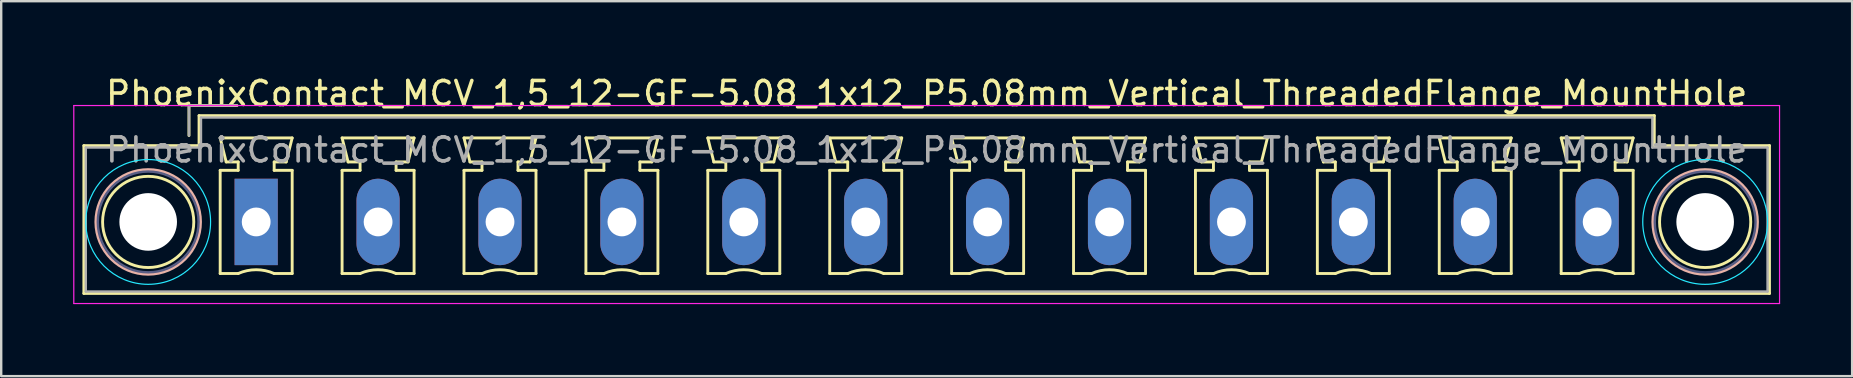
<source format=kicad_pcb>
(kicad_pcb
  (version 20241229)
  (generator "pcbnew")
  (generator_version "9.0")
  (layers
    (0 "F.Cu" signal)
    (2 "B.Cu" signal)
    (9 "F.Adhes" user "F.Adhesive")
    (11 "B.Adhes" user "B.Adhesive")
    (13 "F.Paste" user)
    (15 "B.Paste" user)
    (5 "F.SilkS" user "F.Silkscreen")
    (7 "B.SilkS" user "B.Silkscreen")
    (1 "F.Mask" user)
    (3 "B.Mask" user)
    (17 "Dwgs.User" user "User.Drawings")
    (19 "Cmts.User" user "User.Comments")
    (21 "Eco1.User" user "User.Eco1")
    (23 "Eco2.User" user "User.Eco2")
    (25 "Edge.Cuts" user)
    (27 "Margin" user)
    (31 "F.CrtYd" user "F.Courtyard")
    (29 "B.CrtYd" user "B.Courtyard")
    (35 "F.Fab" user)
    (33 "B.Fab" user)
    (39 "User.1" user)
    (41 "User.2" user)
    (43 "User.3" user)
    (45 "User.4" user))
  (footprint "PhoenixContact_MCV_1,5_12-GF-5.08_1x12_P5.08mm_Vertical_ThreadedFlange_MountHole"
    (layer "F.Cu")
    (at 7.625 6.198)
    (property "Reference" "PhoenixContact_MCV_1,5_12-GF-5.08_1x12_P5.08mm_Vertical_ThreadedFlange_MountHole" (at 27.94 -5.35 0) (layer "F.SilkS") (effects (font (size 1 1) (thickness 0.15))))
    (attr through_hole)
    (fp_line (start -7.18 -3.18) (end -7.18 2.98) (stroke (width 0.12) (type solid)) (layer "F.SilkS"))
    (fp_line (start -7.18 2.98) (end 63.06 2.98) (stroke (width 0.12) (type solid)) (layer "F.SilkS"))
    (fp_line (start -2.8 -4.85) (end -0.8 -4.85) (stroke (width 0.12) (type solid)) (layer "F.SilkS"))
    (fp_line (start -2.8 -3.6) (end -2.8 -4.85) (stroke (width 0.12) (type solid)) (layer "F.SilkS"))
    (fp_line (start -2.38 -4.43) (end -2.38 -3.18) (stroke (width 0.12) (type solid)) (layer "F.SilkS"))
    (fp_line (start -2.38 -3.18) (end -7.18 -3.18) (stroke (width 0.12) (type solid)) (layer "F.SilkS"))
    (fp_line (start -1.5 -3.5) (end 1.5 -3.5) (stroke (width 0.12) (type solid)) (layer "F.SilkS"))
    (fp_line (start -1.5 -2.15) (end -0.75 -2.15) (stroke (width 0.12) (type solid)) (layer "F.SilkS"))
    (fp_line (start -1.5 2.15) (end -1.5 -2.15) (stroke (width 0.12) (type solid)) (layer "F.SilkS"))
    (fp_line (start -1.25 -2.5) (end -1.5 -3.5) (stroke (width 0.12) (type solid)) (layer "F.SilkS"))
    (fp_line (start -0.75 -2.5) (end -1.25 -2.5) (stroke (width 0.12) (type solid)) (layer "F.SilkS"))
    (fp_line (start -0.75 -2.15) (end -0.75 -2.5) (stroke (width 0.12) (type solid)) (layer "F.SilkS"))
    (fp_line (start -0.75 2.15) (end -1.5 2.15) (stroke (width 0.12) (type solid)) (layer "F.SilkS"))
    (fp_line (start 0.75 -2.5) (end 0.75 -2.15) (stroke (width 0.12) (type solid)) (layer "F.SilkS"))
    (fp_line (start 0.75 -2.15) (end 1.5 -2.15) (stroke (width 0.12) (type solid)) (layer "F.SilkS"))
    (fp_line (start 1.25 -2.5) (end 0.75 -2.5) (stroke (width 0.12) (type solid)) (layer "F.SilkS"))
    (fp_line (start 1.5 -3.5) (end 1.25 -2.5) (stroke (width 0.12) (type solid)) (layer "F.SilkS"))
    (fp_line (start 1.5 -2.15) (end 1.5 2.15) (stroke (width 0.12) (type solid)) (layer "F.SilkS"))
    (fp_line (start 1.5 2.15) (end 0.75 2.15) (stroke (width 0.12) (type solid)) (layer "F.SilkS"))
    (fp_line (start 3.58 -3.5) (end 6.58 -3.5) (stroke (width 0.12) (type solid)) (layer "F.SilkS"))
    (fp_line (start 3.58 -2.15) (end 4.33 -2.15) (stroke (width 0.12) (type solid)) (layer "F.SilkS"))
    (fp_line (start 3.58 2.15) (end 3.58 -2.15) (stroke (width 0.12) (type solid)) (layer "F.SilkS"))
    (fp_line (start 3.83 -2.5) (end 3.58 -3.5) (stroke (width 0.12) (type solid)) (layer "F.SilkS"))
    (fp_line (start 4.33 -2.5) (end 3.83 -2.5) (stroke (width 0.12) (type solid)) (layer "F.SilkS"))
    (fp_line (start 4.33 -2.15) (end 4.33 -2.5) (stroke (width 0.12) (type solid)) (layer "F.SilkS"))
    (fp_line (start 4.33 2.15) (end 3.58 2.15) (stroke (width 0.12) (type solid)) (layer "F.SilkS"))
    (fp_line (start 5.83 -2.5) (end 5.83 -2.15) (stroke (width 0.12) (type solid)) (layer "F.SilkS"))
    (fp_line (start 5.83 -2.15) (end 6.58 -2.15) (stroke (width 0.12) (type solid)) (layer "F.SilkS"))
    (fp_line (start 6.33 -2.5) (end 5.83 -2.5) (stroke (width 0.12) (type solid)) (layer "F.SilkS"))
    (fp_line (start 6.58 -3.5) (end 6.33 -2.5) (stroke (width 0.12) (type solid)) (layer "F.SilkS"))
    (fp_line (start 6.58 -2.15) (end 6.58 2.15) (stroke (width 0.12) (type solid)) (layer "F.SilkS"))
    (fp_line (start 6.58 2.15) (end 5.83 2.15) (stroke (width 0.12) (type solid)) (layer "F.SilkS"))
    (fp_line (start 8.66 -3.5) (end 11.66 -3.5) (stroke (width 0.12) (type solid)) (layer "F.SilkS"))
    (fp_line (start 8.66 -2.15) (end 9.41 -2.15) (stroke (width 0.12) (type solid)) (layer "F.SilkS"))
    (fp_line (start 8.66 2.15) (end 8.66 -2.15) (stroke (width 0.12) (type solid)) (layer "F.SilkS"))
    (fp_line (start 8.91 -2.5) (end 8.66 -3.5) (stroke (width 0.12) (type solid)) (layer "F.SilkS"))
    (fp_line (start 9.41 -2.5) (end 8.91 -2.5) (stroke (width 0.12) (type solid)) (layer "F.SilkS"))
    (fp_line (start 9.41 -2.15) (end 9.41 -2.5) (stroke (width 0.12) (type solid)) (layer "F.SilkS"))
    (fp_line (start 9.41 2.15) (end 8.66 2.15) (stroke (width 0.12) (type solid)) (layer "F.SilkS"))
    (fp_line (start 10.91 -2.5) (end 10.91 -2.15) (stroke (width 0.12) (type solid)) (layer "F.SilkS"))
    (fp_line (start 10.91 -2.15) (end 11.66 -2.15) (stroke (width 0.12) (type solid)) (layer "F.SilkS"))
    (fp_line (start 11.41 -2.5) (end 10.91 -2.5) (stroke (width 0.12) (type solid)) (layer "F.SilkS"))
    (fp_line (start 11.66 -3.5) (end 11.41 -2.5) (stroke (width 0.12) (type solid)) (layer "F.SilkS"))
    (fp_line (start 11.66 -2.15) (end 11.66 2.15) (stroke (width 0.12) (type solid)) (layer "F.SilkS"))
    (fp_line (start 11.66 2.15) (end 10.91 2.15) (stroke (width 0.12) (type solid)) (layer "F.SilkS"))
    (fp_line (start 13.74 -3.5) (end 16.74 -3.5) (stroke (width 0.12) (type solid)) (layer "F.SilkS"))
    (fp_line (start 13.74 -2.15) (end 14.49 -2.15) (stroke (width 0.12) (type solid)) (layer "F.SilkS"))
    (fp_line (start 13.74 2.15) (end 13.74 -2.15) (stroke (width 0.12) (type solid)) (layer "F.SilkS"))
    (fp_line (start 13.99 -2.5) (end 13.74 -3.5) (stroke (width 0.12) (type solid)) (layer "F.SilkS"))
    (fp_line (start 14.49 -2.5) (end 13.99 -2.5) (stroke (width 0.12) (type solid)) (layer "F.SilkS"))
    (fp_line (start 14.49 -2.15) (end 14.49 -2.5) (stroke (width 0.12) (type solid)) (layer "F.SilkS"))
    (fp_line (start 14.49 2.15) (end 13.74 2.15) (stroke (width 0.12) (type solid)) (layer "F.SilkS"))
    (fp_line (start 15.99 -2.5) (end 15.99 -2.15) (stroke (width 0.12) (type solid)) (layer "F.SilkS"))
    (fp_line (start 15.99 -2.15) (end 16.74 -2.15) (stroke (width 0.12) (type solid)) (layer "F.SilkS"))
    (fp_line (start 16.49 -2.5) (end 15.99 -2.5) (stroke (width 0.12) (type solid)) (layer "F.SilkS"))
    (fp_line (start 16.74 -3.5) (end 16.49 -2.5) (stroke (width 0.12) (type solid)) (layer "F.SilkS"))
    (fp_line (start 16.74 -2.15) (end 16.74 2.15) (stroke (width 0.12) (type solid)) (layer "F.SilkS"))
    (fp_line (start 16.74 2.15) (end 15.99 2.15) (stroke (width 0.12) (type solid)) (layer "F.SilkS"))
    (fp_line (start 18.82 -3.5) (end 21.82 -3.5) (stroke (width 0.12) (type solid)) (layer "F.SilkS"))
    (fp_line (start 18.82 -2.15) (end 19.57 -2.15) (stroke (width 0.12) (type solid)) (layer "F.SilkS"))
    (fp_line (start 18.82 2.15) (end 18.82 -2.15) (stroke (width 0.12) (type solid)) (layer "F.SilkS"))
    (fp_line (start 19.07 -2.5) (end 18.82 -3.5) (stroke (width 0.12) (type solid)) (layer "F.SilkS"))
    (fp_line (start 19.57 -2.5) (end 19.07 -2.5) (stroke (width 0.12) (type solid)) (layer "F.SilkS"))
    (fp_line (start 19.57 -2.15) (end 19.57 -2.5) (stroke (width 0.12) (type solid)) (layer "F.SilkS"))
    (fp_line (start 19.57 2.15) (end 18.82 2.15) (stroke (width 0.12) (type solid)) (layer "F.SilkS"))
    (fp_line (start 21.07 -2.5) (end 21.07 -2.15) (stroke (width 0.12) (type solid)) (layer "F.SilkS"))
    (fp_line (start 21.07 -2.15) (end 21.82 -2.15) (stroke (width 0.12) (type solid)) (layer "F.SilkS"))
    (fp_line (start 21.57 -2.5) (end 21.07 -2.5) (stroke (width 0.12) (type solid)) (layer "F.SilkS"))
    (fp_line (start 21.82 -3.5) (end 21.57 -2.5) (stroke (width 0.12) (type solid)) (layer "F.SilkS"))
    (fp_line (start 21.82 -2.15) (end 21.82 2.15) (stroke (width 0.12) (type solid)) (layer "F.SilkS"))
    (fp_line (start 21.82 2.15) (end 21.07 2.15) (stroke (width 0.12) (type solid)) (layer "F.SilkS"))
    (fp_line (start 23.9 -3.5) (end 26.9 -3.5) (stroke (width 0.12) (type solid)) (layer "F.SilkS"))
    (fp_line (start 23.9 -2.15) (end 24.65 -2.15) (stroke (width 0.12) (type solid)) (layer "F.SilkS"))
    (fp_line (start 23.9 2.15) (end 23.9 -2.15) (stroke (width 0.12) (type solid)) (layer "F.SilkS"))
    (fp_line (start 24.15 -2.5) (end 23.9 -3.5) (stroke (width 0.12) (type solid)) (layer "F.SilkS"))
    (fp_line (start 24.65 -2.5) (end 24.15 -2.5) (stroke (width 0.12) (type solid)) (layer "F.SilkS"))
    (fp_line (start 24.65 -2.15) (end 24.65 -2.5) (stroke (width 0.12) (type solid)) (layer "F.SilkS"))
    (fp_line (start 24.65 2.15) (end 23.9 2.15) (stroke (width 0.12) (type solid)) (layer "F.SilkS"))
    (fp_line (start 26.15 -2.5) (end 26.15 -2.15) (stroke (width 0.12) (type solid)) (layer "F.SilkS"))
    (fp_line (start 26.15 -2.15) (end 26.9 -2.15) (stroke (width 0.12) (type solid)) (layer "F.SilkS"))
    (fp_line (start 26.65 -2.5) (end 26.15 -2.5) (stroke (width 0.12) (type solid)) (layer "F.SilkS"))
    (fp_line (start 26.9 -3.5) (end 26.65 -2.5) (stroke (width 0.12) (type solid)) (layer "F.SilkS"))
    (fp_line (start 26.9 -2.15) (end 26.9 2.15) (stroke (width 0.12) (type solid)) (layer "F.SilkS"))
    (fp_line (start 26.9 2.15) (end 26.15 2.15) (stroke (width 0.12) (type solid)) (layer "F.SilkS"))
    (fp_line (start 28.98 -3.5) (end 31.98 -3.5) (stroke (width 0.12) (type solid)) (layer "F.SilkS"))
    (fp_line (start 28.98 -2.15) (end 29.73 -2.15) (stroke (width 0.12) (type solid)) (layer "F.SilkS"))
    (fp_line (start 28.98 2.15) (end 28.98 -2.15) (stroke (width 0.12) (type solid)) (layer "F.SilkS"))
    (fp_line (start 29.23 -2.5) (end 28.98 -3.5) (stroke (width 0.12) (type solid)) (layer "F.SilkS"))
    (fp_line (start 29.73 -2.5) (end 29.23 -2.5) (stroke (width 0.12) (type solid)) (layer "F.SilkS"))
    (fp_line (start 29.73 -2.15) (end 29.73 -2.5) (stroke (width 0.12) (type solid)) (layer "F.SilkS"))
    (fp_line (start 29.73 2.15) (end 28.98 2.15) (stroke (width 0.12) (type solid)) (layer "F.SilkS"))
    (fp_line (start 31.23 -2.5) (end 31.23 -2.15) (stroke (width 0.12) (type solid)) (layer "F.SilkS"))
    (fp_line (start 31.23 -2.15) (end 31.98 -2.15) (stroke (width 0.12) (type solid)) (layer "F.SilkS"))
    (fp_line (start 31.73 -2.5) (end 31.23 -2.5) (stroke (width 0.12) (type solid)) (layer "F.SilkS"))
    (fp_line (start 31.98 -3.5) (end 31.73 -2.5) (stroke (width 0.12) (type solid)) (layer "F.SilkS"))
    (fp_line (start 31.98 -2.15) (end 31.98 2.15) (stroke (width 0.12) (type solid)) (layer "F.SilkS"))
    (fp_line (start 31.98 2.15) (end 31.23 2.15) (stroke (width 0.12) (type solid)) (layer "F.SilkS"))
    (fp_line (start 34.06 -3.5) (end 37.06 -3.5) (stroke (width 0.12) (type solid)) (layer "F.SilkS"))
    (fp_line (start 34.06 -2.15) (end 34.81 -2.15) (stroke (width 0.12) (type solid)) (layer "F.SilkS"))
    (fp_line (start 34.06 2.15) (end 34.06 -2.15) (stroke (width 0.12) (type solid)) (layer "F.SilkS"))
    (fp_line (start 34.31 -2.5) (end 34.06 -3.5) (stroke (width 0.12) (type solid)) (layer "F.SilkS"))
    (fp_line (start 34.81 -2.5) (end 34.31 -2.5) (stroke (width 0.12) (type solid)) (layer "F.SilkS"))
    (fp_line (start 34.81 -2.15) (end 34.81 -2.5) (stroke (width 0.12) (type solid)) (layer "F.SilkS"))
    (fp_line (start 34.81 2.15) (end 34.06 2.15) (stroke (width 0.12) (type solid)) (layer "F.SilkS"))
    (fp_line (start 36.31 -2.5) (end 36.31 -2.15) (stroke (width 0.12) (type solid)) (layer "F.SilkS"))
    (fp_line (start 36.31 -2.15) (end 37.06 -2.15) (stroke (width 0.12) (type solid)) (layer "F.SilkS"))
    (fp_line (start 36.81 -2.5) (end 36.31 -2.5) (stroke (width 0.12) (type solid)) (layer "F.SilkS"))
    (fp_line (start 37.06 -3.5) (end 36.81 -2.5) (stroke (width 0.12) (type solid)) (layer "F.SilkS"))
    (fp_line (start 37.06 -2.15) (end 37.06 2.15) (stroke (width 0.12) (type solid)) (layer "F.SilkS"))
    (fp_line (start 37.06 2.15) (end 36.31 2.15) (stroke (width 0.12) (type solid)) (layer "F.SilkS"))
    (fp_line (start 39.14 -3.5) (end 42.14 -3.5) (stroke (width 0.12) (type solid)) (layer "F.SilkS"))
    (fp_line (start 39.14 -2.15) (end 39.89 -2.15) (stroke (width 0.12) (type solid)) (layer "F.SilkS"))
    (fp_line (start 39.14 2.15) (end 39.14 -2.15) (stroke (width 0.12) (type solid)) (layer "F.SilkS"))
    (fp_line (start 39.39 -2.5) (end 39.14 -3.5) (stroke (width 0.12) (type solid)) (layer "F.SilkS"))
    (fp_line (start 39.89 -2.5) (end 39.39 -2.5) (stroke (width 0.12) (type solid)) (layer "F.SilkS"))
    (fp_line (start 39.89 -2.15) (end 39.89 -2.5) (stroke (width 0.12) (type solid)) (layer "F.SilkS"))
    (fp_line (start 39.89 2.15) (end 39.14 2.15) (stroke (width 0.12) (type solid)) (layer "F.SilkS"))
    (fp_line (start 41.39 -2.5) (end 41.39 -2.15) (stroke (width 0.12) (type solid)) (layer "F.SilkS"))
    (fp_line (start 41.39 -2.15) (end 42.14 -2.15) (stroke (width 0.12) (type solid)) (layer "F.SilkS"))
    (fp_line (start 41.89 -2.5) (end 41.39 -2.5) (stroke (width 0.12) (type solid)) (layer "F.SilkS"))
    (fp_line (start 42.14 -3.5) (end 41.89 -2.5) (stroke (width 0.12) (type solid)) (layer "F.SilkS"))
    (fp_line (start 42.14 -2.15) (end 42.14 2.15) (stroke (width 0.12) (type solid)) (layer "F.SilkS"))
    (fp_line (start 42.14 2.15) (end 41.39 2.15) (stroke (width 0.12) (type solid)) (layer "F.SilkS"))
    (fp_line (start 44.22 -3.5) (end 47.22 -3.5) (stroke (width 0.12) (type solid)) (layer "F.SilkS"))
    (fp_line (start 44.22 -2.15) (end 44.97 -2.15) (stroke (width 0.12) (type solid)) (layer "F.SilkS"))
    (fp_line (start 44.22 2.15) (end 44.22 -2.15) (stroke (width 0.12) (type solid)) (layer "F.SilkS"))
    (fp_line (start 44.47 -2.5) (end 44.22 -3.5) (stroke (width 0.12) (type solid)) (layer "F.SilkS"))
    (fp_line (start 44.97 -2.5) (end 44.47 -2.5) (stroke (width 0.12) (type solid)) (layer "F.SilkS"))
    (fp_line (start 44.97 -2.15) (end 44.97 -2.5) (stroke (width 0.12) (type solid)) (layer "F.SilkS"))
    (fp_line (start 44.97 2.15) (end 44.22 2.15) (stroke (width 0.12) (type solid)) (layer "F.SilkS"))
    (fp_line (start 46.47 -2.5) (end 46.47 -2.15) (stroke (width 0.12) (type solid)) (layer "F.SilkS"))
    (fp_line (start 46.47 -2.15) (end 47.22 -2.15) (stroke (width 0.12) (type solid)) (layer "F.SilkS"))
    (fp_line (start 46.97 -2.5) (end 46.47 -2.5) (stroke (width 0.12) (type solid)) (layer "F.SilkS"))
    (fp_line (start 47.22 -3.5) (end 46.97 -2.5) (stroke (width 0.12) (type solid)) (layer "F.SilkS"))
    (fp_line (start 47.22 -2.15) (end 47.22 2.15) (stroke (width 0.12) (type solid)) (layer "F.SilkS"))
    (fp_line (start 47.22 2.15) (end 46.47 2.15) (stroke (width 0.12) (type solid)) (layer "F.SilkS"))
    (fp_line (start 49.3 -3.5) (end 52.3 -3.5) (stroke (width 0.12) (type solid)) (layer "F.SilkS"))
    (fp_line (start 49.3 -2.15) (end 50.05 -2.15) (stroke (width 0.12) (type solid)) (layer "F.SilkS"))
    (fp_line (start 49.3 2.15) (end 49.3 -2.15) (stroke (width 0.12) (type solid)) (layer "F.SilkS"))
    (fp_line (start 49.55 -2.5) (end 49.3 -3.5) (stroke (width 0.12) (type solid)) (layer "F.SilkS"))
    (fp_line (start 50.05 -2.5) (end 49.55 -2.5) (stroke (width 0.12) (type solid)) (layer "F.SilkS"))
    (fp_line (start 50.05 -2.15) (end 50.05 -2.5) (stroke (width 0.12) (type solid)) (layer "F.SilkS"))
    (fp_line (start 50.05 2.15) (end 49.3 2.15) (stroke (width 0.12) (type solid)) (layer "F.SilkS"))
    (fp_line (start 51.55 -2.5) (end 51.55 -2.15) (stroke (width 0.12) (type solid)) (layer "F.SilkS"))
    (fp_line (start 51.55 -2.15) (end 52.3 -2.15) (stroke (width 0.12) (type solid)) (layer "F.SilkS"))
    (fp_line (start 52.05 -2.5) (end 51.55 -2.5) (stroke (width 0.12) (type solid)) (layer "F.SilkS"))
    (fp_line (start 52.3 -3.5) (end 52.05 -2.5) (stroke (width 0.12) (type solid)) (layer "F.SilkS"))
    (fp_line (start 52.3 -2.15) (end 52.3 2.15) (stroke (width 0.12) (type solid)) (layer "F.SilkS"))
    (fp_line (start 52.3 2.15) (end 51.55 2.15) (stroke (width 0.12) (type solid)) (layer "F.SilkS"))
    (fp_line (start 54.38 -3.5) (end 57.38 -3.5) (stroke (width 0.12) (type solid)) (layer "F.SilkS"))
    (fp_line (start 54.38 -2.15) (end 55.13 -2.15) (stroke (width 0.12) (type solid)) (layer "F.SilkS"))
    (fp_line (start 54.38 2.15) (end 54.38 -2.15) (stroke (width 0.12) (type solid)) (layer "F.SilkS"))
    (fp_line (start 54.63 -2.5) (end 54.38 -3.5) (stroke (width 0.12) (type solid)) (layer "F.SilkS"))
    (fp_line (start 55.13 -2.5) (end 54.63 -2.5) (stroke (width 0.12) (type solid)) (layer "F.SilkS"))
    (fp_line (start 55.13 -2.15) (end 55.13 -2.5) (stroke (width 0.12) (type solid)) (layer "F.SilkS"))
    (fp_line (start 55.13 2.15) (end 54.38 2.15) (stroke (width 0.12) (type solid)) (layer "F.SilkS"))
    (fp_line (start 56.63 -2.5) (end 56.63 -2.15) (stroke (width 0.12) (type solid)) (layer "F.SilkS"))
    (fp_line (start 56.63 -2.15) (end 57.38 -2.15) (stroke (width 0.12) (type solid)) (layer "F.SilkS"))
    (fp_line (start 57.13 -2.5) (end 56.63 -2.5) (stroke (width 0.12) (type solid)) (layer "F.SilkS"))
    (fp_line (start 57.38 -3.5) (end 57.13 -2.5) (stroke (width 0.12) (type solid)) (layer "F.SilkS"))
    (fp_line (start 57.38 -2.15) (end 57.38 2.15) (stroke (width 0.12) (type solid)) (layer "F.SilkS"))
    (fp_line (start 57.38 2.15) (end 56.63 2.15) (stroke (width 0.12) (type solid)) (layer "F.SilkS"))
    (fp_line (start 58.26 -4.43) (end -2.38 -4.43) (stroke (width 0.12) (type solid)) (layer "F.SilkS"))
    (fp_line (start 58.26 -3.18) (end 58.26 -4.43) (stroke (width 0.12) (type solid)) (layer "F.SilkS"))
    (fp_line (start 63.06 -3.18) (end 58.26 -3.18) (stroke (width 0.12) (type solid)) (layer "F.SilkS"))
    (fp_line (start 63.06 2.98) (end 63.06 -3.18) (stroke (width 0.12) (type solid)) (layer "F.SilkS"))
    (fp_arc (start -0.75 2.15) (mid -0.000193 1.99191) (end 0.749647 2.149844) (stroke (width 0.12) (type solid)) (layer "F.SilkS"))
    (fp_arc (start 4.33 2.15) (mid 5.079807 1.99191) (end 5.829647 2.149844) (stroke (width 0.12) (type solid)) (layer "F.SilkS"))
    (fp_arc (start 9.41 2.15) (mid 10.159807 1.99191) (end 10.909647 2.149844) (stroke (width 0.12) (type solid)) (layer "F.SilkS"))
    (fp_arc (start 14.49 2.15) (mid 15.239807 1.99191) (end 15.989647 2.149844) (stroke (width 0.12) (type solid)) (layer "F.SilkS"))
    (fp_arc (start 19.57 2.15) (mid 20.319807 1.99191) (end 21.069647 2.149844) (stroke (width 0.12) (type solid)) (layer "F.SilkS"))
    (fp_arc (start 24.65 2.15) (mid 25.399807 1.99191) (end 26.149647 2.149844) (stroke (width 0.12) (type solid)) (layer "F.SilkS"))
    (fp_arc (start 29.73 2.15) (mid 30.479807 1.99191) (end 31.229647 2.149844) (stroke (width 0.12) (type solid)) (layer "F.SilkS"))
    (fp_arc (start 34.81 2.15) (mid 35.559807 1.99191) (end 36.309647 2.149844) (stroke (width 0.12) (type solid)) (layer "F.SilkS"))
    (fp_arc (start 39.89 2.15) (mid 40.639807 1.99191) (end 41.389647 2.149844) (stroke (width 0.12) (type solid)) (layer "F.SilkS"))
    (fp_arc (start 44.97 2.15) (mid 45.719807 1.99191) (end 46.469647 2.149844) (stroke (width 0.12) (type solid)) (layer "F.SilkS"))
    (fp_arc (start 50.05 2.15) (mid 50.799807 1.99191) (end 51.549647 2.149844) (stroke (width 0.12) (type solid)) (layer "F.SilkS"))
    (fp_arc (start 55.13 2.15) (mid 55.879807 1.99191) (end 56.629647 2.149844) (stroke (width 0.12) (type solid)) (layer "F.SilkS"))
    (fp_circle (center -4.5 0) (end -2.6 0) (stroke (width 0.12) (type solid)) (fill no) (layer "F.SilkS"))
    (fp_circle (center 60.38 0) (end 62.28 0) (stroke (width 0.12) (type solid)) (fill no) (layer "F.SilkS"))
    (fp_circle (center -4.5 0) (end -2.32 0) (stroke (width 0.12) (type solid)) (fill no) (layer "B.SilkS"))
    (fp_circle (center 60.38 0) (end 62.56 0) (stroke (width 0.12) (type solid)) (fill no) (layer "B.SilkS"))
    (fp_circle (center -4.5 0) (end -1.9 0) (stroke (width 0.05) (type solid)) (fill no) (layer "B.CrtYd"))
    (fp_circle (center 60.38 0) (end 62.98 0) (stroke (width 0.05) (type solid)) (fill no) (layer "B.CrtYd"))
    (fp_line (start -7.6 -4.85) (end -7.6 3.4) (stroke (width 0.05) (type solid)) (layer "F.CrtYd"))
    (fp_line (start -7.6 3.4) (end 63.48 3.4) (stroke (width 0.05) (type solid)) (layer "F.CrtYd"))
    (fp_line (start 63.48 -4.85) (end -7.6 -4.85) (stroke (width 0.05) (type solid)) (layer "F.CrtYd"))
    (fp_line (start 63.48 3.4) (end 63.48 -4.85) (stroke (width 0.05) (type solid)) (layer "F.CrtYd"))
    (fp_circle (center -4.5 0) (end -2.4 0) (stroke (width 0.1) (type solid)) (fill no) (layer "B.Fab"))
    (fp_circle (center 60.38 0) (end 62.48 0) (stroke (width 0.1) (type solid)) (fill no) (layer "B.Fab"))
    (fp_line (start -7.1 -3.1) (end -7.1 2.9) (stroke (width 0.1) (type solid)) (layer "F.Fab"))
    (fp_line (start -7.1 2.9) (end 62.98 2.9) (stroke (width 0.1) (type solid)) (layer "F.Fab"))
    (fp_line (start -2.8 -4.85) (end -0.8 -4.85) (stroke (width 0.1) (type solid)) (layer "F.Fab"))
    (fp_line (start -2.8 -3.6) (end -2.8 -4.85) (stroke (width 0.1) (type solid)) (layer "F.Fab"))
    (fp_line (start -2.3 -4.35) (end -2.3 -3.1) (stroke (width 0.1) (type solid)) (layer "F.Fab"))
    (fp_line (start -2.3 -3.1) (end -7.1 -3.1) (stroke (width 0.1) (type solid)) (layer "F.Fab"))
    (fp_line (start 58.18 -4.35) (end -2.3 -4.35) (stroke (width 0.1) (type solid)) (layer "F.Fab"))
    (fp_line (start 58.18 -3.1) (end 58.18 -4.35) (stroke (width 0.1) (type solid)) (layer "F.Fab"))
    (fp_line (start 62.98 -3.1) (end 58.18 -3.1) (stroke (width 0.1) (type solid)) (layer "F.Fab"))
    (fp_line (start 62.98 2.9) (end 62.98 -3.1) (stroke (width 0.1) (type solid)) (layer "F.Fab"))
    (fp_text user "${REFERENCE}" (at 27.94 -3 0) (layer "F.Fab") (effects (font (size 1 1) (thickness 0.15))))
    (pad "" np_thru_hole circle (at -4.5 0) (size 2.4 2.4) (drill 2.4) (layers "*.Cu" "*.Mask"))
    (pad "" np_thru_hole circle (at 60.38 0) (size 2.4 2.4) (drill 2.4) (layers "*.Cu" "*.Mask"))
    (pad "1" thru_hole rect (at 0 0) (size 1.8 3.6) (drill 1.2) (layers "*.Cu" "*.Mask"))
    (pad "2" thru_hole oval (at 5.08 0) (size 1.8 3.6) (drill 1.2) (layers "*.Cu" "*.Mask"))
    (pad "3" thru_hole oval (at 10.16 0) (size 1.8 3.6) (drill 1.2) (layers "*.Cu" "*.Mask"))
    (pad "4" thru_hole oval (at 15.24 0) (size 1.8 3.6) (drill 1.2) (layers "*.Cu" "*.Mask"))
    (pad "5" thru_hole oval (at 20.32 0) (size 1.8 3.6) (drill 1.2) (layers "*.Cu" "*.Mask"))
    (pad "6" thru_hole oval (at 25.4 0) (size 1.8 3.6) (drill 1.2) (layers "*.Cu" "*.Mask"))
    (pad "7" thru_hole oval (at 30.48 0) (size 1.8 3.6) (drill 1.2) (layers "*.Cu" "*.Mask"))
    (pad "8" thru_hole oval (at 35.56 0) (size 1.8 3.6) (drill 1.2) (layers "*.Cu" "*.Mask"))
    (pad "9" thru_hole oval (at 40.64 0) (size 1.8 3.6) (drill 1.2) (layers "*.Cu" "*.Mask"))
    (pad "10" thru_hole oval (at 45.72 0) (size 1.8 3.6) (drill 1.2) (layers "*.Cu" "*.Mask"))
    (pad "11" thru_hole oval (at 50.8 0) (size 1.8 3.6) (drill 1.2) (layers "*.Cu" "*.Mask"))
    (pad "12" thru_hole oval (at 55.88 0) (size 1.8 3.6) (drill 1.2) (layers "*.Cu" "*.Mask")))
  (gr_rect
    (start -3 -3)
    (end 74.13 12.623)
    (stroke (width 0.1) (type default))
    (fill no)
    (layer "Edge.Cuts")))
</source>
